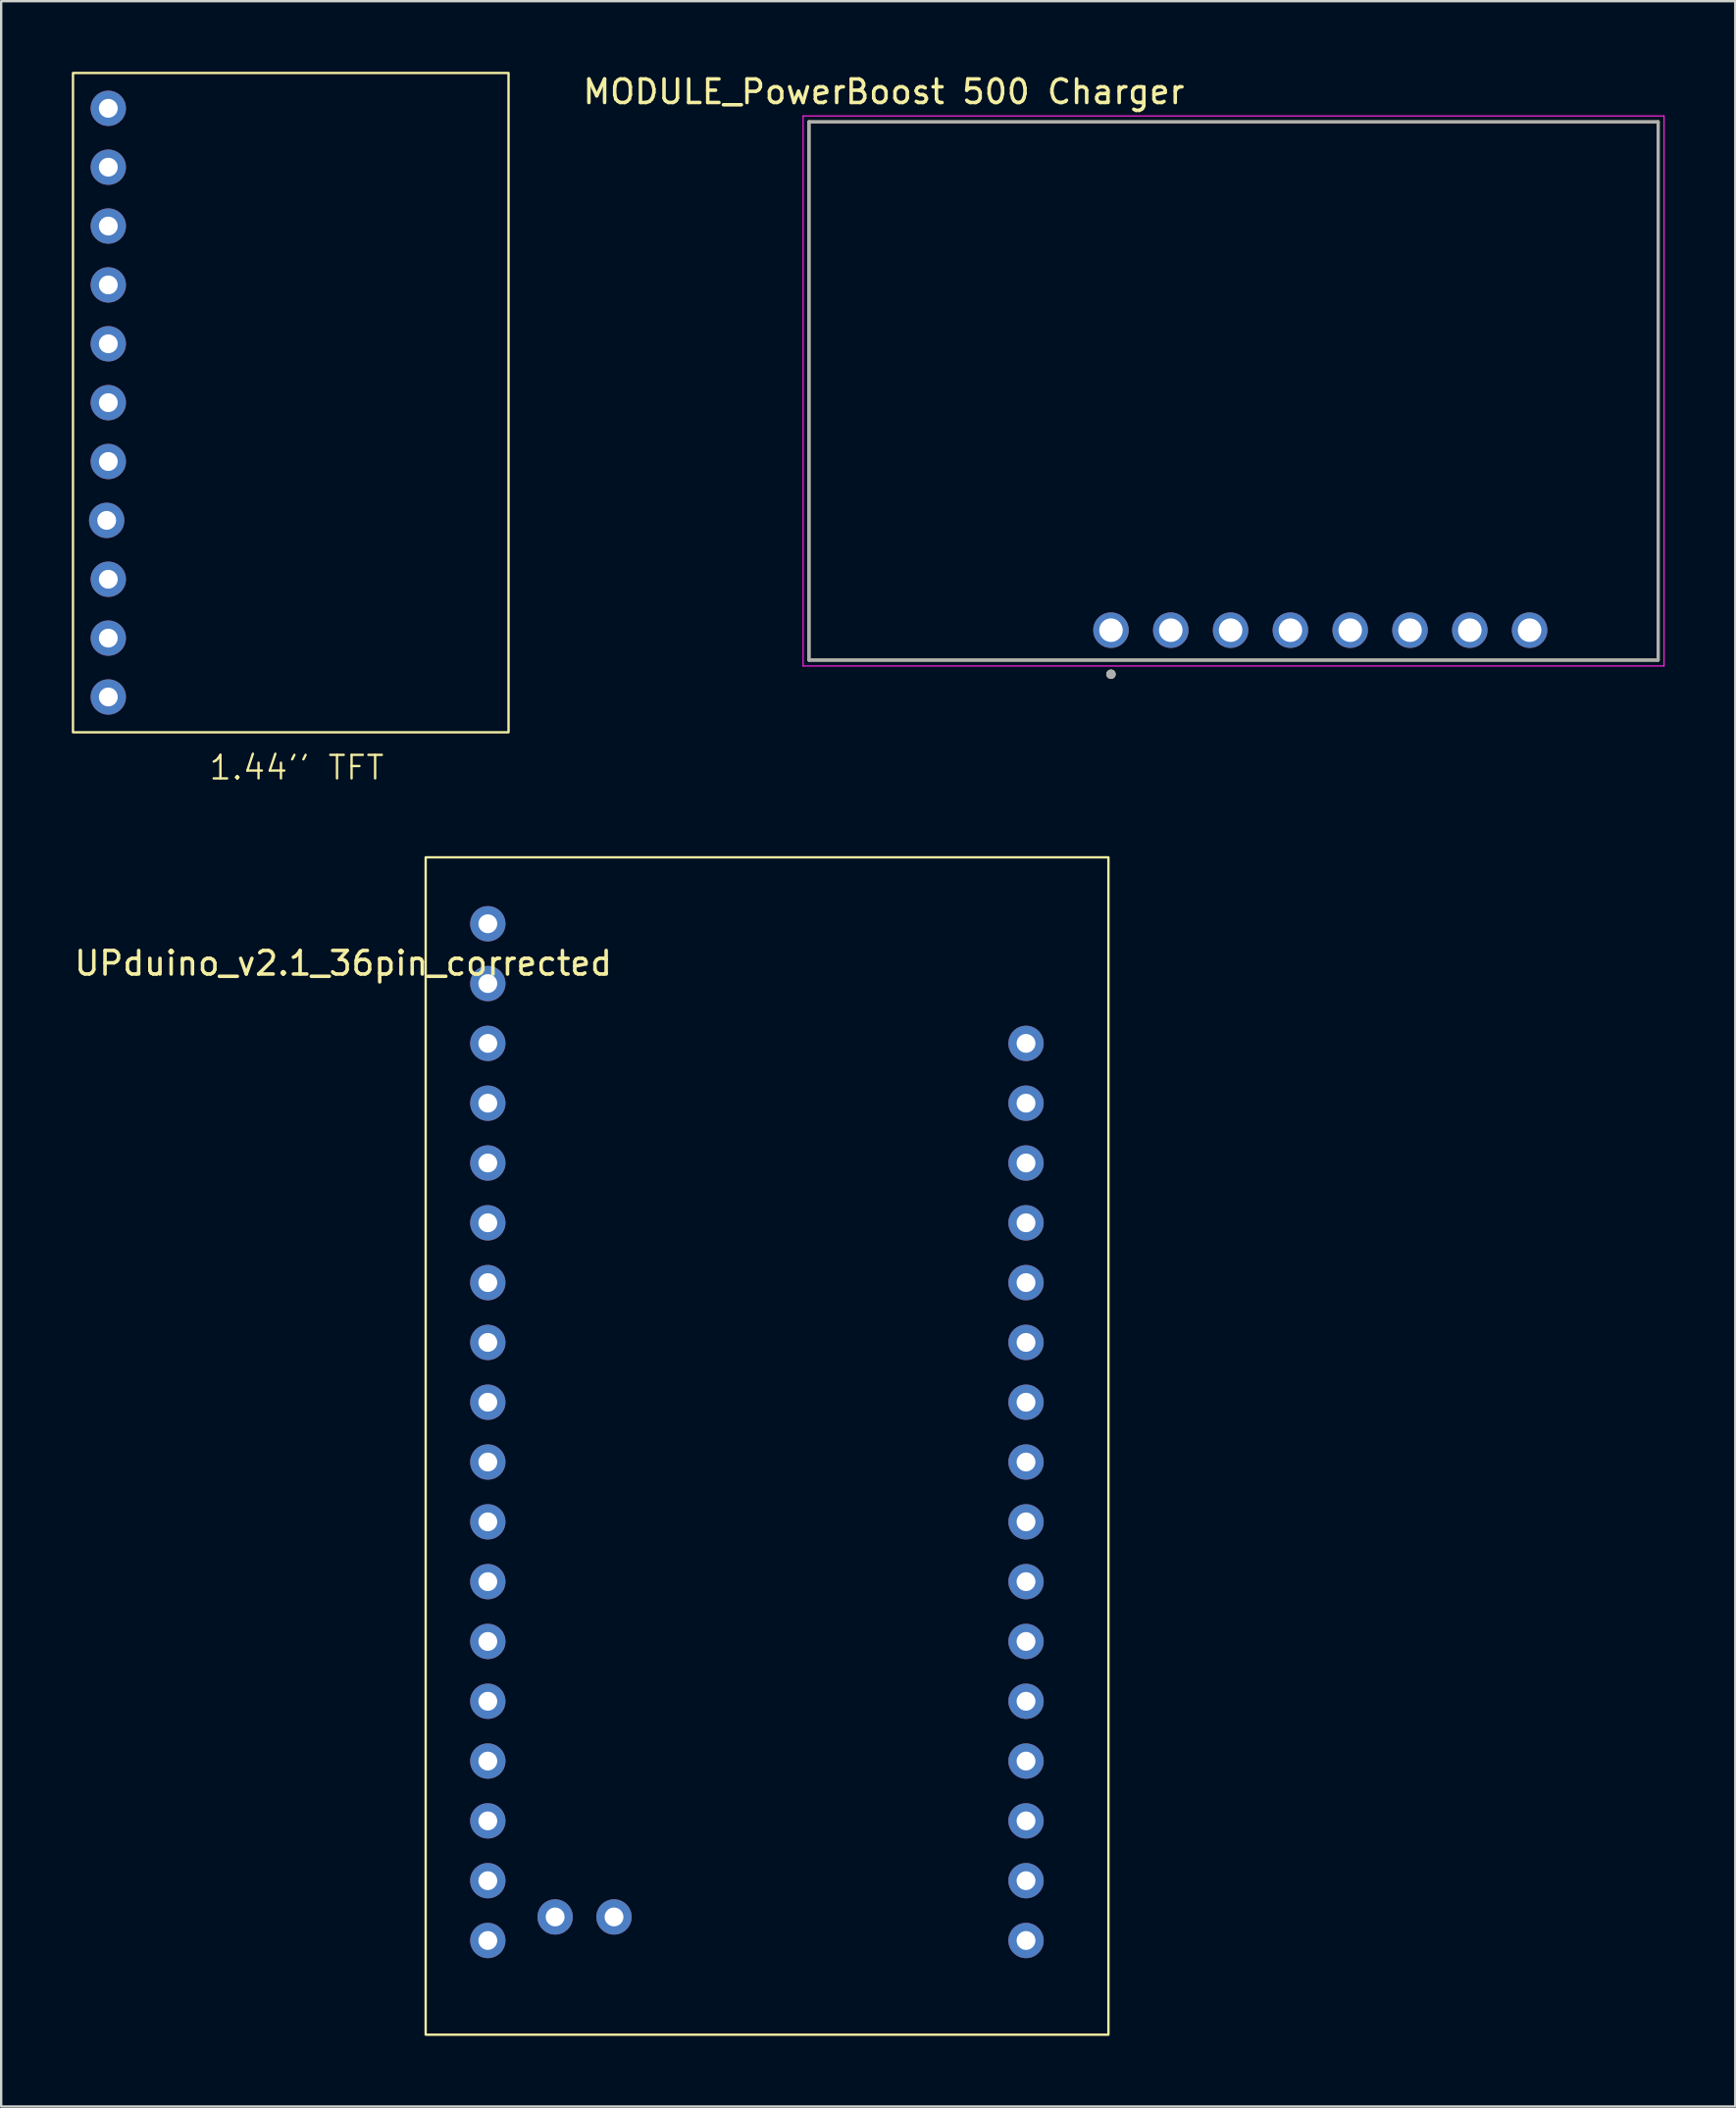
<source format=kicad_pcb>
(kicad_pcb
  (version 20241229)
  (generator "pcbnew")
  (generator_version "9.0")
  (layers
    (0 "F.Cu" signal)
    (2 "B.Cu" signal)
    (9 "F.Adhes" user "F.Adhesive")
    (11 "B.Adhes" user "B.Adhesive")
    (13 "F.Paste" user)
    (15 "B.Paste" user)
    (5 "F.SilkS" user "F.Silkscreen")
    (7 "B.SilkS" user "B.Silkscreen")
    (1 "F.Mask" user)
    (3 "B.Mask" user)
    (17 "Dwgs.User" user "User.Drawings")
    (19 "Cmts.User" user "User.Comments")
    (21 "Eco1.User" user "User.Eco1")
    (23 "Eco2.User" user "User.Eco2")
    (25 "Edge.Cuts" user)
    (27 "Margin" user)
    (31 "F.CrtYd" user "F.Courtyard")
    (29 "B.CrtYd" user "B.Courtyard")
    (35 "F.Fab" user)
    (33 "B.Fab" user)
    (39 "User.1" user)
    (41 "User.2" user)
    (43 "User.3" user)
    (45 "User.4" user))
  (footprint "1.44'' TFT"
    (layer "F.Cu")
    (at 1.55 1.55)
    (property "Reference" "1.44'' TFT" (at 8 28 0) (unlocked yes) (layer "F.SilkS") (effects (font (size 1 1) (thickness 0.1))))
    (attr through_hole)
    (fp_rect (start -1.5 -1.5) (end 17 26.5) (stroke (width 0.1) (type default)) (fill no) (layer "F.SilkS"))
    (pad "1" thru_hole circle (at 0 0 180) (size 1.5 1.5) (drill 0.8) (layers "*.Cu" "F.Mask"))
    (pad "2" thru_hole circle (at 0 2.5 180) (size 1.5 1.5) (drill 0.8) (layers "*.Cu" "F.Mask"))
    (pad "3" thru_hole circle (at 0 5 180) (size 1.5 1.5) (drill 0.8) (layers "*.Cu" "F.Mask"))
    (pad "4" thru_hole circle (at 0 7.5 180) (size 1.5 1.5) (drill 0.8) (layers "*.Cu" "F.Mask"))
    (pad "5" thru_hole circle (at 0 10 180) (size 1.5 1.5) (drill 0.8) (layers "*.Cu" "F.Mask"))
    (pad "6" thru_hole circle (at 0 12.5 180) (size 1.5 1.5) (drill 0.8) (layers "*.Cu" "F.Mask"))
    (pad "7" thru_hole circle (at 0 15 180) (size 1.5 1.5) (drill 0.8) (layers "*.Cu" "F.Mask"))
    (pad "8" thru_hole circle (at -0.068 17.5 180) (size 1.5 1.5) (drill 0.8) (layers "*.Cu" "F.Mask"))
    (pad "9" thru_hole circle (at 0 20 180) (size 1.5 1.5) (drill 0.8) (layers "*.Cu" "F.Mask"))
    (pad "10" thru_hole oval (at 0 22.5 180) (size 1.5 1.5) (drill 0.8) (layers "*.Cu" "F.Mask"))
    (pad "11" thru_hole oval (at 0 25 180) (size 1.5 1.5) (drill 0.8) (layers "*.Cu" "F.Mask")))
  (footprint "MODULE_PowerBoost 500 Charger"
    (layer "F.Cu")
    (at 49.346 13.553)
    (property "Reference" "MODULE_PowerBoost 500 Charger" (at -14.859 -12.705 0) (layer "F.SilkS") (effects (font (size 1 1) (thickness 0.15))))
    (attr through_hole)
    (fp_line (start -18.034 -11.43) (end 18.034 -11.43) (stroke (width 0.127) (type solid)) (layer "F.SilkS"))
    (fp_line (start -18.034 11.43) (end -18.034 -11.43) (stroke (width 0.127) (type solid)) (layer "F.SilkS"))
    (fp_line (start 18.034 -11.43) (end 18.034 11.43) (stroke (width 0.127) (type solid)) (layer "F.SilkS"))
    (fp_line (start 18.034 11.43) (end -18.034 11.43) (stroke (width 0.127) (type solid)) (layer "F.SilkS"))
    (fp_circle (center -5.207 12.03) (end -5.107 12.03) (stroke (width 0.2) (type solid)) (fill no) (layer "F.SilkS"))
    (fp_line (start -18.284 -11.68) (end 18.284 -11.68) (stroke (width 0.05) (type solid)) (layer "F.CrtYd"))
    (fp_line (start -18.284 11.68) (end -18.284 -11.68) (stroke (width 0.05) (type solid)) (layer "F.CrtYd"))
    (fp_line (start 18.284 -11.68) (end 18.284 11.68) (stroke (width 0.05) (type solid)) (layer "F.CrtYd"))
    (fp_line (start 18.284 11.68) (end -18.284 11.68) (stroke (width 0.05) (type solid)) (layer "F.CrtYd"))
    (fp_line (start -18.034 -11.43) (end 18.034 -11.43) (stroke (width 0.127) (type solid)) (layer "F.Fab"))
    (fp_line (start -18.034 11.43) (end -18.034 -11.43) (stroke (width 0.127) (type solid)) (layer "F.Fab"))
    (fp_line (start 18.034 -11.43) (end 18.034 11.43) (stroke (width 0.127) (type solid)) (layer "F.Fab"))
    (fp_line (start 18.034 11.43) (end -18.034 11.43) (stroke (width 0.127) (type solid)) (layer "F.Fab"))
    (fp_circle (center -5.207 12.03) (end -5.107 12.03) (stroke (width 0.2) (type solid)) (fill no) (layer "F.Fab"))
    (pad "1" thru_hole circle (at -5.207 10.16) (size 1.508 1.508) (drill 1) (layers "*.Cu" "*.Mask"))
    (pad "2" thru_hole circle (at -2.667 10.16) (size 1.508 1.508) (drill 1) (layers "*.Cu" "*.Mask"))
    (pad "3" thru_hole circle (at -0.127 10.16) (size 1.508 1.508) (drill 1) (layers "*.Cu" "*.Mask"))
    (pad "4" thru_hole circle (at 2.413 10.16) (size 1.508 1.508) (drill 1) (layers "*.Cu" "*.Mask"))
    (pad "5" thru_hole circle (at 4.953 10.16) (size 1.508 1.508) (drill 1) (layers "*.Cu" "*.Mask"))
    (pad "6" thru_hole circle (at 7.493 10.16) (size 1.508 1.508) (drill 1) (layers "*.Cu" "*.Mask"))
    (pad "7" thru_hole circle (at 10.033 10.16) (size 1.508 1.508) (drill 1) (layers "*.Cu" "*.Mask"))
    (pad "8" thru_hole circle (at 12.573 10.16) (size 1.508 1.508) (drill 1) (layers "*.Cu" "*.Mask")))
  (footprint "UPduino_v2.1_36pin_corrected"
    (layer "F.Cu")
    (at 17.53 39.361)
    (property "Reference" "UPduino_v2.1_36pin_corrected" (at -6 -1.5 180) (layer "F.SilkS") (effects (font (size 1 1) (thickness 0.15))))
    (attr through_hole)
    (fp_rect (start -2.5 -6) (end 26.5 44) (stroke (width 0.1) (type default)) (fill no) (layer "F.SilkS"))
    (pad "1" thru_hole oval (at 0.14 -3.18 180) (size 1.5 1.5) (drill 0.8) (layers "F.Cu" "F.Mask"))
    (pad "2" thru_hole oval (at 0.14 -0.64 180) (size 1.5 1.5) (drill 0.8) (layers "F.Cu" "F.Mask"))
    (pad "3" thru_hole oval (at 0.14 1.9 180) (size 1.5 1.5) (drill 0.8) (layers "F.Cu" "F.Mask"))
    (pad "4" thru_hole oval (at 0.14 4.44 180) (size 1.5 1.5) (drill 0.8) (layers "F.Cu" "F.Mask"))
    (pad "5" thru_hole oval (at 0.14 6.98 180) (size 1.5 1.5) (drill 0.8) (layers "F.Cu" "F.Mask"))
    (pad "6" thru_hole oval (at 0.14 9.52 180) (size 1.5 1.5) (drill 0.8) (layers "F.Cu" "F.Mask"))
    (pad "7" thru_hole oval (at 0.14 12.06 180) (size 1.5 1.5) (drill 0.8) (layers "F.Cu" "F.Mask"))
    (pad "8" thru_hole oval (at 0.14 14.6 180) (size 1.5 1.5) (drill 0.8) (layers "F.Cu" "F.Mask"))
    (pad "9" thru_hole oval (at 0.14 17.14 180) (size 1.5 1.5) (drill 0.8) (layers "F.Cu" "F.Mask"))
    (pad "10" thru_hole oval (at 0.14 19.68 180) (size 1.5 1.5) (drill 0.8) (layers "F.Cu" "F.Mask"))
    (pad "11" thru_hole oval (at 0.14 22.22 180) (size 1.5 1.5) (drill 0.8) (layers "F.Cu" "F.Mask"))
    (pad "12" thru_hole oval (at 0.14 24.76 180) (size 1.5 1.5) (drill 0.8) (layers "F.Cu" "F.Mask"))
    (pad "13" thru_hole oval (at 0.14 27.3 180) (size 1.5 1.5) (drill 0.8) (layers "F.Cu" "F.Mask"))
    (pad "14" thru_hole oval (at 0.14 29.84 180) (size 1.5 1.5) (drill 0.8) (layers "F.Cu" "F.Mask"))
    (pad "15" thru_hole oval (at 0.14 32.38 180) (size 1.5 1.5) (drill 0.8) (layers "F.Cu" "F.Mask"))
    (pad "16" thru_hole oval (at 0.14 34.92 180) (size 1.5 1.5) (drill 0.8) (layers "F.Cu" "F.Mask"))
    (pad "17" thru_hole oval (at 0.14 37.46 180) (size 1.5 1.5) (drill 0.8) (layers "F.Cu" "F.Mask"))
    (pad "18" thru_hole circle (at 0.14 40 180) (size 1.5 1.5) (drill 0.8) (layers "*.Cu" "F.Mask"))
    (pad "19" thru_hole oval (at 23 1.9 180) (size 1.5 1.5) (drill 0.8) (layers "F.Cu" "F.Mask"))
    (pad "20" thru_hole oval (at 23 4.44 180) (size 1.5 1.5) (drill 0.8) (layers "F.Cu" "F.Mask"))
    (pad "21" thru_hole oval (at 23 6.98 180) (size 1.5 1.5) (drill 0.8) (layers "F.Cu" "F.Mask"))
    (pad "22" thru_hole oval (at 23 9.52 180) (size 1.5 1.5) (drill 0.8) (layers "F.Cu" "F.Mask"))
    (pad "23" thru_hole oval (at 23 12.06 180) (size 1.5 1.5) (drill 0.8) (layers "F.Cu" "F.Mask"))
    (pad "24" thru_hole oval (at 23 14.6 180) (size 1.5 1.5) (drill 0.8) (layers "F.Cu" "F.Mask"))
    (pad "25" thru_hole oval (at 23 17.14 180) (size 1.5 1.5) (drill 0.8) (layers "F.Cu" "F.Mask"))
    (pad "26" thru_hole oval (at 23 19.68 180) (size 1.5 1.5) (drill 0.8) (layers "F.Cu" "F.Mask"))
    (pad "27" thru_hole oval (at 23 22.22 180) (size 1.5 1.5) (drill 0.8) (layers "F.Cu" "F.Mask"))
    (pad "28" thru_hole oval (at 23 24.76 180) (size 1.5 1.5) (drill 0.8) (layers "F.Cu" "F.Mask"))
    (pad "29" thru_hole oval (at 23 27.3 180) (size 1.5 1.5) (drill 0.8) (layers "F.Cu" "F.Mask"))
    (pad "30" thru_hole oval (at 23 29.84 180) (size 1.5 1.5) (drill 0.8) (layers "F.Cu" "F.Mask"))
    (pad "31" thru_hole oval (at 23 32.38 180) (size 1.5 1.5) (drill 0.8) (layers "F.Cu" "F.Mask"))
    (pad "32" thru_hole oval (at 23 34.92 180) (size 1.5 1.5) (drill 0.8) (layers "F.Cu" "F.Mask"))
    (pad "33" thru_hole oval (at 23 37.46 180) (size 1.5 1.5) (drill 0.8) (layers "F.Cu" "F.Mask"))
    (pad "34" thru_hole circle (at 23 40 180) (size 1.5 1.5) (drill 0.8) (layers "*.Cu" "F.Mask"))
    (pad "35" thru_hole oval (at 3 39 180) (size 1.5 1.5) (drill 0.8) (layers "*.Cu" "F.Mask"))
    (pad "36" thru_hole oval (at 5.5 39 180) (size 1.5 1.5) (drill 0.8) (layers "*.Cu" "F.Mask")))
  (gr_rect
    (start -3 -3)
    (end 70.655 86.41)
    (stroke (width 0.1) (type default))
    (fill no)
    (layer "Edge.Cuts")))
</source>
